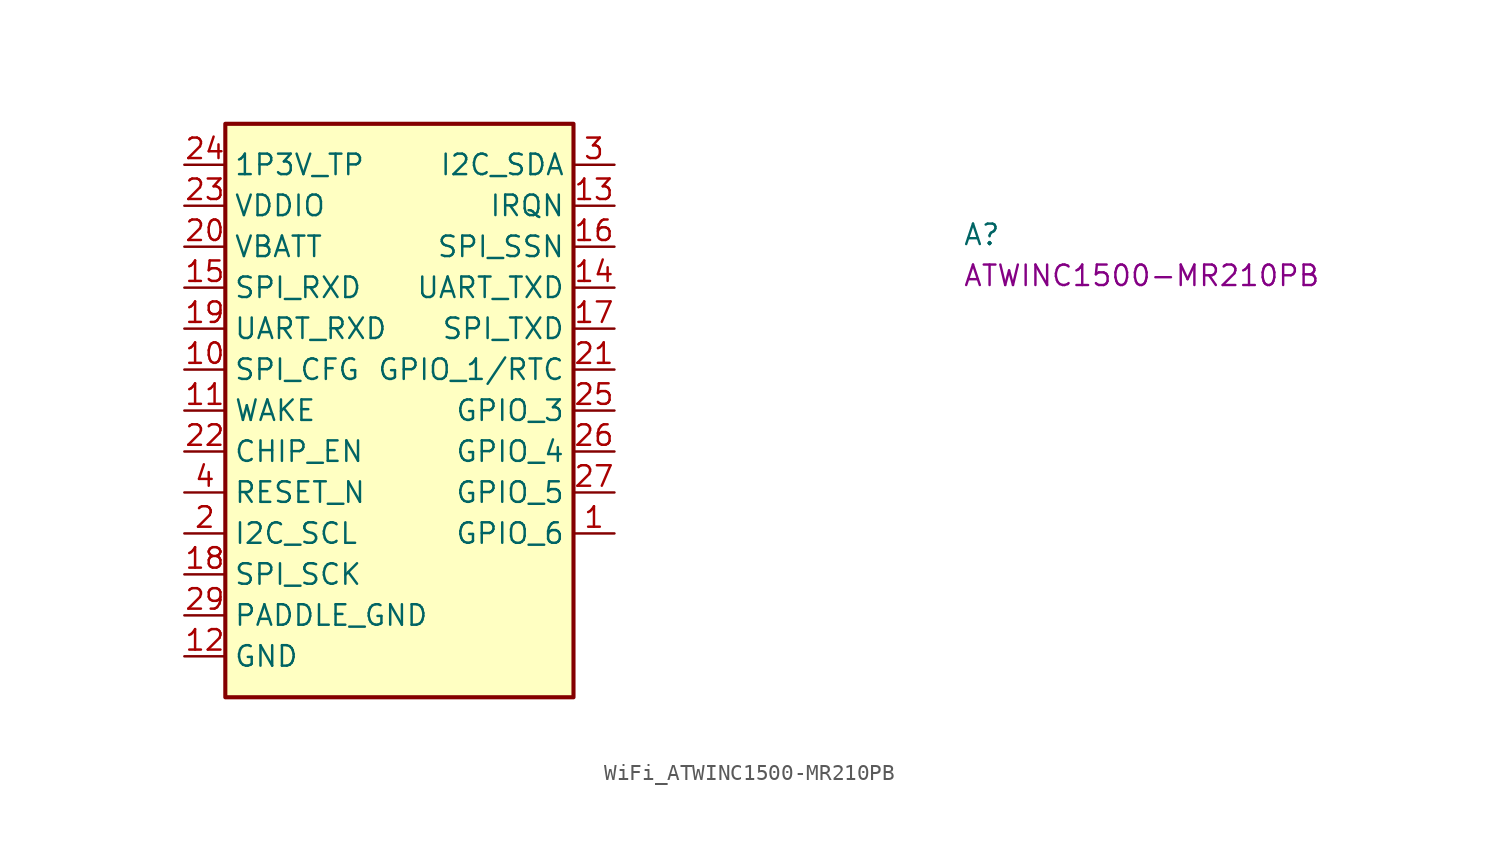
<source format=kicad_sym>
(kicad_symbol_lib
  (version 20220914)
  (generator kicad_symbol_editor)
  (symbol "WiFi_ATWINC1500-MR210PB"
    (property "Reference" "A"
      (at 48.26 -5.08 0)
      (effects (font (size 1.27 1.27) (thickness 0.15)) (justify left bottom)))
    (property "MPN" "ATWINC1500-MR210PB"
      (at 48.26 -7.62 0)
      (effects (font (size 1.27 1.27) (thickness 0.15)) (justify left bottom)))
    (symbol "WiFi_ATWINC1500-MR210PB_1_1"
      (rectangle (start 2.54 2.54) (end 24.13 -33.02) (stroke (width 0.254) (type default)) (fill (type background)))
      (pin bidirectional line (at 26.67 -22.86 180) (length 2.54) (name "GPIO_6" (effects (font (size 1.27 1.27)))) (number "1" (effects (font (size 1.27 1.27)))))
      (pin input line (at 0 -12.7 0) (length 2.54) (name "SPI_CFG" (effects (font (size 1.27 1.27)))) (number "10" (effects (font (size 1.27 1.27)))))
      (pin input line (at 0 -15.24 0) (length 2.54) (name "WAKE" (effects (font (size 1.27 1.27)))) (number "11" (effects (font (size 1.27 1.27)))))
      (pin power_in line (at 0 -30.48 0) (length 2.54) (name "GND" (effects (font (size 1.27 1.27)))) (number "12" (effects (font (size 1.27 1.27)))))
      (pin output line (at 26.67 -2.54 180) (length 2.54) (name "IRQN" (effects (font (size 1.27 1.27)))) (number "13" (effects (font (size 1.27 1.27)))))
      (pin output line (at 26.67 -7.62 180) (length 2.54) (name "UART_TXD" (effects (font (size 1.27 1.27)))) (number "14" (effects (font (size 1.27 1.27)))))
      (pin bidirectional line (at 0 -7.62 0) (length 2.54) (name "SPI_RXD" (effects (font (size 1.27 1.27)))) (number "15" (effects (font (size 1.27 1.27)))))
      (pin bidirectional line (at 26.67 -5.08 180) (length 2.54) (name "SPI_SSN" (effects (font (size 1.27 1.27)))) (number "16" (effects (font (size 1.27 1.27)))))
      (pin bidirectional line (at 26.67 -10.16 180) (length 2.54) (name "SPI_TXD" (effects (font (size 1.27 1.27)))) (number "17" (effects (font (size 1.27 1.27)))))
      (pin input line (at 0 -25.4 0) (length 2.54) (name "SPI_SCK" (effects (font (size 1.27 1.27)))) (number "18" (effects (font (size 1.27 1.27)))))
      (pin input line (at 0 -10.16 0) (length 2.54) (name "UART_RXD" (effects (font (size 1.27 1.27)))) (number "19" (effects (font (size 1.27 1.27)))))
      (pin input line (at 0 -22.86 0) (length 2.54) (name "I2C_SCL" (effects (font (size 1.27 1.27)))) (number "2" (effects (font (size 1.27 1.27)))))
      (pin power_in line (at 0 -5.08 0) (length 2.54) (name "VBATT" (effects (font (size 1.27 1.27)))) (number "20" (effects (font (size 1.27 1.27)))))
      (pin bidirectional line (at 26.67 -12.7 180) (length 2.54) (name "GPIO_1/RTC" (effects (font (size 1.27 1.27)))) (number "21" (effects (font (size 1.27 1.27)))))
      (pin input line (at 0 -17.78 0) (length 2.54) (name "CHIP_EN" (effects (font (size 1.27 1.27)))) (number "22" (effects (font (size 1.27 1.27)))))
      (pin power_in line (at 0 -2.54 0) (length 2.54) (name "VDDIO" (effects (font (size 1.27 1.27)))) (number "23" (effects (font (size 1.27 1.27)))))
      (pin power_in line (at 0 0 0) (length 2.54) (name "1P3V_TP" (effects (font (size 1.27 1.27)))) (number "24" (effects (font (size 1.27 1.27)))))
      (pin bidirectional line (at 26.67 -15.24 180) (length 2.54) (name "GPIO_3" (effects (font (size 1.27 1.27)))) (number "25" (effects (font (size 1.27 1.27)))))
      (pin bidirectional line (at 26.67 -17.78 180) (length 2.54) (name "GPIO_4" (effects (font (size 1.27 1.27)))) (number "26" (effects (font (size 1.27 1.27)))))
      (pin bidirectional line (at 26.67 -20.32 180) (length 2.54) (name "GPIO_5" (effects (font (size 1.27 1.27)))) (number "27" (effects (font (size 1.27 1.27)))))
      (pin passive line (at 0 -30.48 0) (length 2.54) hide (name "GND" (effects (font (size 1.27 1.27)))) (number "28" (effects (font (size 1.27 1.27)))))
      (pin power_in line (at 0 -27.94 0) (length 2.54) (name "PADDLE_GND" (effects (font (size 1.27 1.27)))) (number "29" (effects (font (size 1.27 1.27)))))
      (pin bidirectional line (at 26.67 0 180) (length 2.54) (name "I2C_SDA" (effects (font (size 1.27 1.27)))) (number "3" (effects (font (size 1.27 1.27)))))
      (pin input line (at 0 -20.32 0) (length 2.54) (name "RESET_N" (effects (font (size 1.27 1.27)))) (number "4" (effects (font (size 1.27 1.27)))))
      (pin no_connect line (at 24.13 -25.4 180) (length 2.54) hide (name "NC" (effects (font (size 1.27 1.27)))) (number "5" (effects (font (size 1.27 1.27)))))
      (pin no_connect line (at 24.13 -29.21 180) (length 2.54) hide (name "NC" (effects (font (size 1.27 1.27)))) (number "6" (effects (font (size 1.27 1.27)))))
      (pin no_connect line (at 24.13 -27.94 180) (length 2.54) hide (name "NC" (effects (font (size 1.27 1.27)))) (number "7" (effects (font (size 1.27 1.27)))))
      (pin no_connect line (at 24.13 -26.67 180) (length 2.54) hide (name "NC" (effects (font (size 1.27 1.27)))) (number "8" (effects (font (size 1.27 1.27)))))
      (pin passive line (at 0 -30.48 0) (length 2.54) hide (name "GND" (effects (font (size 1.27 1.27)))) (number "9" (effects (font (size 1.27 1.27))))))))
</source>
